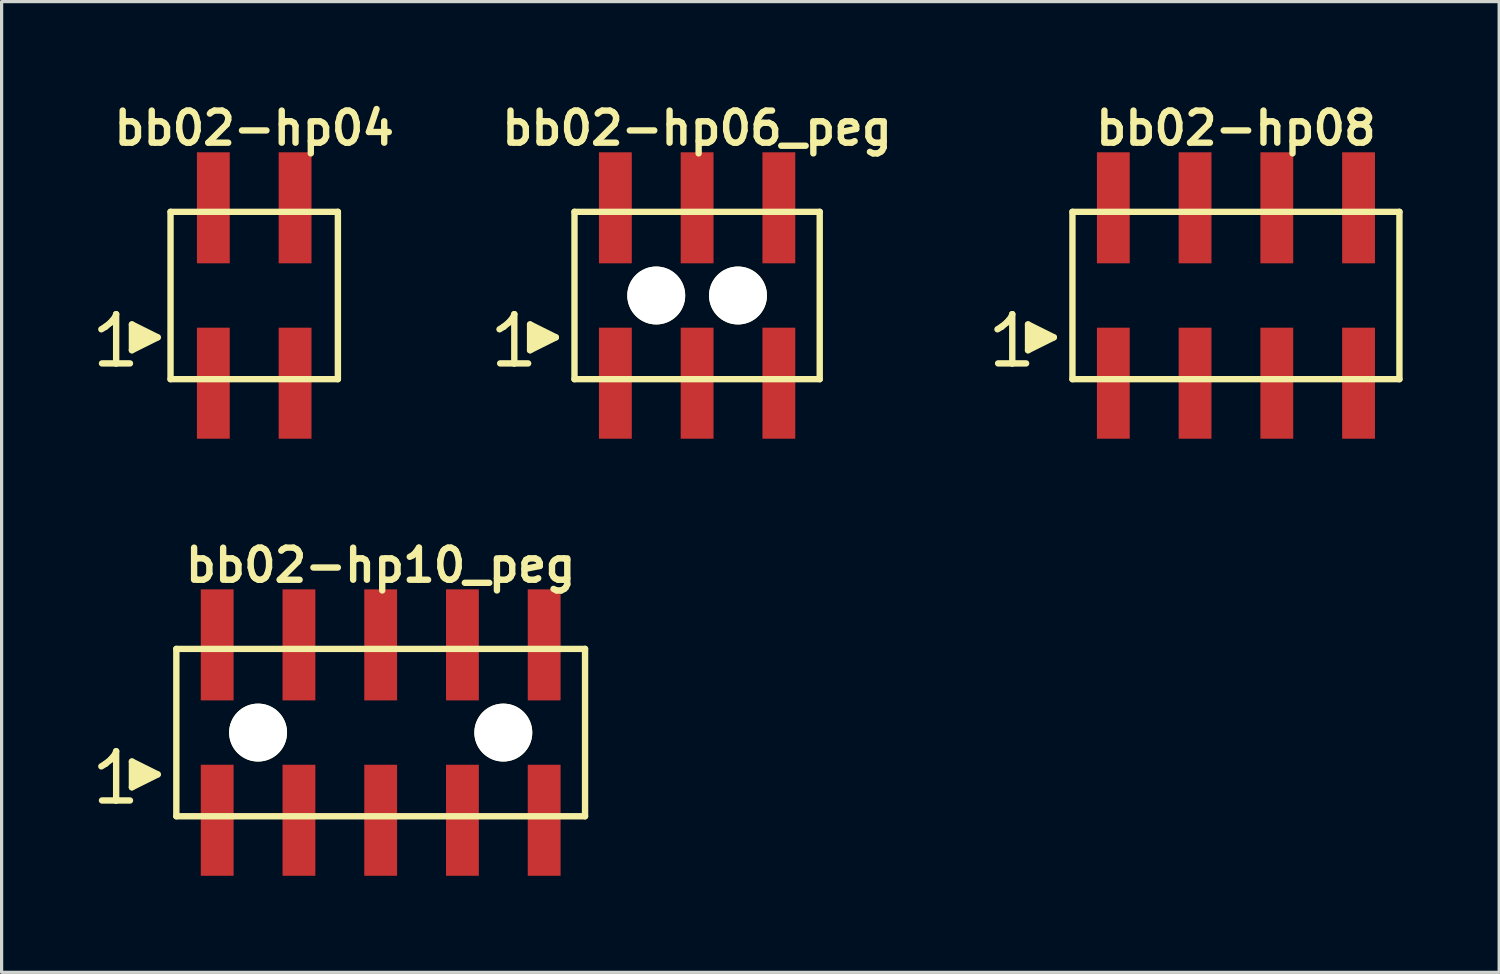
<source format=kicad_pcb>
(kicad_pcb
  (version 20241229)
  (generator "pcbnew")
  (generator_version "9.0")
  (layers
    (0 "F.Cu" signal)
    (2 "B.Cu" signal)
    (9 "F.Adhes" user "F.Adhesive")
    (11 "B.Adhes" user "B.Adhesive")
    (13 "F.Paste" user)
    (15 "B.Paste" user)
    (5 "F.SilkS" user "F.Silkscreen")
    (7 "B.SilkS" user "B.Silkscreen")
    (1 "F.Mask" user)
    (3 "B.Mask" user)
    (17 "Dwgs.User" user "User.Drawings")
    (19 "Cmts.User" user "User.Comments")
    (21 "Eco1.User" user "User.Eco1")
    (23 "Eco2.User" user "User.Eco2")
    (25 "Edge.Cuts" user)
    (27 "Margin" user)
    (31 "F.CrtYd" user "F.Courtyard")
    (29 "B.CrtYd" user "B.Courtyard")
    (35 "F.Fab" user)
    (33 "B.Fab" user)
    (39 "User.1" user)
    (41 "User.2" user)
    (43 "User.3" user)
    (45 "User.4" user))
  (footprint "bb02-hp06_peg"
    (layer "F.Cu")
    (at 18.611 6.132)
    (property "Reference" "bb02-hp06_peg" (at 0 -5.2 0) (layer "F.SilkS") (effects (font (size 0.998 0.998) (thickness 0.198))))
    (attr through_hole)
    (fp_line (start -6.14 1.05) (end -6.01 0.97) (stroke (width 0.198) (type solid)) (layer "F.SilkS"))
    (fp_line (start -6.01 0.97) (end -5.85 0.84) (stroke (width 0.198) (type solid)) (layer "F.SilkS"))
    (fp_line (start -5.85 0.84) (end -5.71 0.67) (stroke (width 0.198) (type solid)) (layer "F.SilkS"))
    (fp_line (start -5.71 0.67) (end -5.68 0.58) (stroke (width 0.198) (type solid)) (layer "F.SilkS"))
    (fp_line (start -5.68 0.58) (end -5.68 2.11) (stroke (width 0.198) (type solid)) (layer "F.SilkS"))
    (fp_line (start -5.68 2.11) (end -6.12 2.11) (stroke (width 0.198) (type solid)) (layer "F.SilkS"))
    (fp_line (start -5.25 2.11) (end -5.69 2.11) (stroke (width 0.198) (type solid)) (layer "F.SilkS"))
    (fp_line (start -5.19 0.9) (end -4.39 1.3) (stroke (width 0.198) (type solid)) (layer "F.SilkS"))
    (fp_line (start -5.19 1.7) (end -5.19 0.9) (stroke (width 0.198) (type solid)) (layer "F.SilkS"))
    (fp_line (start -5.09 1.6) (end -5.09 1) (stroke (width 0.198) (type solid)) (layer "F.SilkS"))
    (fp_line (start -4.99 1.1) (end -4.99 1.5) (stroke (width 0.198) (type solid)) (layer "F.SilkS"))
    (fp_line (start -4.89 1.5) (end -4.89 1.1) (stroke (width 0.198) (type solid)) (layer "F.SilkS"))
    (fp_line (start -4.79 1.2) (end -4.79 1.4) (stroke (width 0.198) (type solid)) (layer "F.SilkS"))
    (fp_line (start -4.69 1.4) (end -4.69 1.2) (stroke (width 0.198) (type solid)) (layer "F.SilkS"))
    (fp_line (start -4.39 1.3) (end -5.19 1.7) (stroke (width 0.198) (type solid)) (layer "F.SilkS"))
    (fp_line (start -3.81 -2.6) (end -3.81 2.6) (stroke (width 0.198) (type solid)) (layer "F.SilkS"))
    (fp_line (start -3.81 -2.6) (end 3.81 -2.6) (stroke (width 0.198) (type solid)) (layer "F.SilkS"))
    (fp_line (start 3.81 2.6) (end -3.81 2.6) (stroke (width 0.198) (type solid)) (layer "F.SilkS"))
    (fp_line (start 3.81 2.6) (end 3.81 -2.6) (stroke (width 0.198) (type solid)) (layer "F.SilkS"))
    (pad "" np_thru_hole circle (at -1.27 0) (size 1.8 1.8) (drill 1.8) (layers "*.Cu" "*.Mask" "F.SilkS"))
    (pad "" np_thru_hole circle (at 1.27 0) (size 1.8 1.8) (drill 1.8) (layers "*.Cu" "*.Mask" "F.SilkS"))
    (pad "1" smd rect (at -2.54 2.725) (size 1.02 3.45) (layers "F.Cu" "F.Mask" "F.Paste"))
    (pad "2" smd rect (at -2.54 -2.725) (size 1.02 3.45) (layers "F.Cu" "F.Mask" "F.Paste"))
    (pad "3" smd rect (at 0 2.725) (size 1.02 3.45) (layers "F.Cu" "F.Mask" "F.Paste"))
    (pad "4" smd rect (at 0 -2.725) (size 1.02 3.45) (layers "F.Cu" "F.Mask" "F.Paste"))
    (pad "5" smd rect (at 2.54 2.725) (size 1.02 3.45) (layers "F.Cu" "F.Mask" "F.Paste"))
    (pad "6" smd rect (at 2.54 -2.725) (size 1.02 3.45) (layers "F.Cu" "F.Mask" "F.Paste")))
  (footprint "bb02-hp04"
    (layer "F.Cu")
    (at 4.849 6.132)
    (property "Reference" "bb02-hp04" (at 0 -5.2 0) (layer "F.SilkS") (effects (font (size 0.998 0.998) (thickness 0.198))))
    (attr through_hole)
    (fp_line (start -4.75 1.05) (end -4.62 0.97) (stroke (width 0.198) (type solid)) (layer "F.SilkS"))
    (fp_line (start -4.62 0.97) (end -4.46 0.84) (stroke (width 0.198) (type solid)) (layer "F.SilkS"))
    (fp_line (start -4.46 0.84) (end -4.32 0.67) (stroke (width 0.198) (type solid)) (layer "F.SilkS"))
    (fp_line (start -4.32 0.67) (end -4.29 0.58) (stroke (width 0.198) (type solid)) (layer "F.SilkS"))
    (fp_line (start -4.29 0.58) (end -4.29 2.11) (stroke (width 0.198) (type solid)) (layer "F.SilkS"))
    (fp_line (start -4.29 2.11) (end -4.73 2.11) (stroke (width 0.198) (type solid)) (layer "F.SilkS"))
    (fp_line (start -3.86 2.11) (end -4.3 2.11) (stroke (width 0.198) (type solid)) (layer "F.SilkS"))
    (fp_line (start -3.8 0.9) (end -3 1.3) (stroke (width 0.198) (type solid)) (layer "F.SilkS"))
    (fp_line (start -3.8 1.7) (end -3.8 0.9) (stroke (width 0.198) (type solid)) (layer "F.SilkS"))
    (fp_line (start -3.7 1.6) (end -3.7 1) (stroke (width 0.198) (type solid)) (layer "F.SilkS"))
    (fp_line (start -3.6 1.1) (end -3.6 1.5) (stroke (width 0.198) (type solid)) (layer "F.SilkS"))
    (fp_line (start -3.5 1.5) (end -3.5 1.1) (stroke (width 0.198) (type solid)) (layer "F.SilkS"))
    (fp_line (start -3.4 1.2) (end -3.4 1.4) (stroke (width 0.198) (type solid)) (layer "F.SilkS"))
    (fp_line (start -3.3 1.4) (end -3.3 1.2) (stroke (width 0.198) (type solid)) (layer "F.SilkS"))
    (fp_line (start -3 1.3) (end -3.8 1.7) (stroke (width 0.198) (type solid)) (layer "F.SilkS"))
    (fp_line (start -2.6 -2.6) (end 2.6 -2.6) (stroke (width 0.198) (type solid)) (layer "F.SilkS"))
    (fp_line (start -2.6 2.6) (end -2.6 -2.6) (stroke (width 0.198) (type solid)) (layer "F.SilkS"))
    (fp_line (start 2.6 -2.6) (end 2.6 2.6) (stroke (width 0.198) (type solid)) (layer "F.SilkS"))
    (fp_line (start 2.6 2.6) (end -2.6 2.6) (stroke (width 0.198) (type solid)) (layer "F.SilkS"))
    (pad "1" smd rect (at -1.27 2.725) (size 1.02 3.45) (layers "F.Cu" "F.Mask" "F.Paste"))
    (pad "2" smd rect (at -1.27 -2.725) (size 1.02 3.45) (layers "F.Cu" "F.Mask" "F.Paste"))
    (pad "3" smd rect (at 1.27 2.725) (size 1.02 3.45) (layers "F.Cu" "F.Mask" "F.Paste"))
    (pad "4" smd rect (at 1.27 -2.725) (size 1.02 3.45) (layers "F.Cu" "F.Mask" "F.Paste")))
  (footprint "bb02-hp08"
    (layer "F.Cu")
    (at 35.354 6.132)
    (property "Reference" "bb02-hp08" (at 0 -5.2 0) (layer "F.SilkS") (effects (font (size 0.998 0.998) (thickness 0.198))))
    (attr through_hole)
    (fp_line (start -7.41 1.05) (end -7.28 0.97) (stroke (width 0.198) (type solid)) (layer "F.SilkS"))
    (fp_line (start -7.28 0.97) (end -7.12 0.84) (stroke (width 0.198) (type solid)) (layer "F.SilkS"))
    (fp_line (start -7.12 0.84) (end -6.98 0.67) (stroke (width 0.198) (type solid)) (layer "F.SilkS"))
    (fp_line (start -6.98 0.67) (end -6.95 0.58) (stroke (width 0.198) (type solid)) (layer "F.SilkS"))
    (fp_line (start -6.95 0.58) (end -6.95 2.11) (stroke (width 0.198) (type solid)) (layer "F.SilkS"))
    (fp_line (start -6.95 2.11) (end -7.39 2.11) (stroke (width 0.198) (type solid)) (layer "F.SilkS"))
    (fp_line (start -6.52 2.11) (end -6.96 2.11) (stroke (width 0.198) (type solid)) (layer "F.SilkS"))
    (fp_line (start -6.46 0.9) (end -5.66 1.3) (stroke (width 0.198) (type solid)) (layer "F.SilkS"))
    (fp_line (start -6.46 1.7) (end -6.46 0.9) (stroke (width 0.198) (type solid)) (layer "F.SilkS"))
    (fp_line (start -6.36 1.6) (end -6.36 1) (stroke (width 0.198) (type solid)) (layer "F.SilkS"))
    (fp_line (start -6.26 1.1) (end -6.26 1.5) (stroke (width 0.198) (type solid)) (layer "F.SilkS"))
    (fp_line (start -6.16 1.5) (end -6.16 1.1) (stroke (width 0.198) (type solid)) (layer "F.SilkS"))
    (fp_line (start -6.06 1.2) (end -6.06 1.4) (stroke (width 0.198) (type solid)) (layer "F.SilkS"))
    (fp_line (start -5.96 1.4) (end -5.96 1.2) (stroke (width 0.198) (type solid)) (layer "F.SilkS"))
    (fp_line (start -5.66 1.3) (end -6.46 1.7) (stroke (width 0.198) (type solid)) (layer "F.SilkS"))
    (fp_line (start -5.08 -2.6) (end -5.08 2.6) (stroke (width 0.198) (type solid)) (layer "F.SilkS"))
    (fp_line (start -5.08 -2.6) (end 5.08 -2.6) (stroke (width 0.198) (type solid)) (layer "F.SilkS"))
    (fp_line (start 5.08 2.6) (end -5.08 2.6) (stroke (width 0.198) (type solid)) (layer "F.SilkS"))
    (fp_line (start 5.08 2.6) (end 5.08 -2.6) (stroke (width 0.198) (type solid)) (layer "F.SilkS"))
    (pad "1" smd rect (at -3.81 2.725) (size 1.02 3.45) (layers "F.Cu" "F.Mask" "F.Paste"))
    (pad "2" smd rect (at -3.81 -2.725) (size 1.02 3.45) (layers "F.Cu" "F.Mask" "F.Paste"))
    (pad "3" smd rect (at -1.27 2.725) (size 1.02 3.45) (layers "F.Cu" "F.Mask" "F.Paste"))
    (pad "4" smd rect (at -1.27 -2.725) (size 1.02 3.45) (layers "F.Cu" "F.Mask" "F.Paste"))
    (pad "5" smd rect (at 1.27 2.725) (size 1.02 3.45) (layers "F.Cu" "F.Mask" "F.Paste"))
    (pad "6" smd rect (at 1.27 -2.725) (size 1.02 3.45) (layers "F.Cu" "F.Mask" "F.Paste"))
    (pad "7" smd rect (at 3.81 2.725) (size 1.02 3.45) (layers "F.Cu" "F.Mask" "F.Paste"))
    (pad "8" smd rect (at 3.81 -2.725) (size 1.02 3.45) (layers "F.Cu" "F.Mask" "F.Paste")))
  (footprint "bb02-hp10_peg"
    (layer "F.Cu")
    (at 8.779 19.713)
    (property "Reference" "bb02-hp10_peg" (at 0 -5.2 0) (layer "F.SilkS") (effects (font (size 0.998 0.998) (thickness 0.198))))
    (attr through_hole)
    (fp_line (start -8.68 1.05) (end -8.55 0.97) (stroke (width 0.198) (type solid)) (layer "F.SilkS"))
    (fp_line (start -8.55 0.97) (end -8.39 0.84) (stroke (width 0.198) (type solid)) (layer "F.SilkS"))
    (fp_line (start -8.39 0.84) (end -8.25 0.67) (stroke (width 0.198) (type solid)) (layer "F.SilkS"))
    (fp_line (start -8.25 0.67) (end -8.22 0.58) (stroke (width 0.198) (type solid)) (layer "F.SilkS"))
    (fp_line (start -8.22 0.58) (end -8.22 2.11) (stroke (width 0.198) (type solid)) (layer "F.SilkS"))
    (fp_line (start -8.22 2.11) (end -8.66 2.11) (stroke (width 0.198) (type solid)) (layer "F.SilkS"))
    (fp_line (start -7.79 2.11) (end -8.23 2.11) (stroke (width 0.198) (type solid)) (layer "F.SilkS"))
    (fp_line (start -7.73 0.9) (end -6.93 1.3) (stroke (width 0.198) (type solid)) (layer "F.SilkS"))
    (fp_line (start -7.73 1.7) (end -7.73 0.9) (stroke (width 0.198) (type solid)) (layer "F.SilkS"))
    (fp_line (start -7.63 1.6) (end -7.63 1) (stroke (width 0.198) (type solid)) (layer "F.SilkS"))
    (fp_line (start -7.53 1.1) (end -7.53 1.5) (stroke (width 0.198) (type solid)) (layer "F.SilkS"))
    (fp_line (start -7.43 1.5) (end -7.43 1.1) (stroke (width 0.198) (type solid)) (layer "F.SilkS"))
    (fp_line (start -7.33 1.2) (end -7.33 1.4) (stroke (width 0.198) (type solid)) (layer "F.SilkS"))
    (fp_line (start -7.23 1.4) (end -7.23 1.2) (stroke (width 0.198) (type solid)) (layer "F.SilkS"))
    (fp_line (start -6.93 1.3) (end -7.73 1.7) (stroke (width 0.198) (type solid)) (layer "F.SilkS"))
    (fp_line (start -6.35 -2.6) (end -6.35 2.6) (stroke (width 0.198) (type solid)) (layer "F.SilkS"))
    (fp_line (start -6.35 -2.6) (end 6.35 -2.6) (stroke (width 0.198) (type solid)) (layer "F.SilkS"))
    (fp_line (start 6.35 2.6) (end -6.35 2.6) (stroke (width 0.198) (type solid)) (layer "F.SilkS"))
    (fp_line (start 6.35 2.6) (end 6.35 -2.6) (stroke (width 0.198) (type solid)) (layer "F.SilkS"))
    (pad "" np_thru_hole circle (at -3.81 0) (size 1.8 1.8) (drill 1.8) (layers "*.Cu" "*.Mask" "F.SilkS"))
    (pad "" np_thru_hole circle (at 3.81 0) (size 1.8 1.8) (drill 1.8) (layers "*.Cu" "*.Mask" "F.SilkS"))
    (pad "1" smd rect (at -5.08 2.725) (size 1.02 3.45) (layers "F.Cu" "F.Mask" "F.Paste"))
    (pad "2" smd rect (at -5.08 -2.725) (size 1.02 3.45) (layers "F.Cu" "F.Mask" "F.Paste"))
    (pad "3" smd rect (at -2.54 2.725) (size 1.02 3.45) (layers "F.Cu" "F.Mask" "F.Paste"))
    (pad "4" smd rect (at -2.54 -2.725) (size 1.02 3.45) (layers "F.Cu" "F.Mask" "F.Paste"))
    (pad "5" smd rect (at 0 2.725) (size 1.02 3.45) (layers "F.Cu" "F.Mask" "F.Paste"))
    (pad "6" smd rect (at 0 -2.725) (size 1.02 3.45) (layers "F.Cu" "F.Mask" "F.Paste"))
    (pad "7" smd rect (at 2.54 2.725) (size 1.02 3.45) (layers "F.Cu" "F.Mask" "F.Paste"))
    (pad "8" smd rect (at 2.54 -2.725) (size 1.02 3.45) (layers "F.Cu" "F.Mask" "F.Paste"))
    (pad "9" smd rect (at 5.08 2.725) (size 1.02 3.45) (layers "F.Cu" "F.Mask" "F.Paste"))
    (pad "10" smd rect (at 5.08 -2.725) (size 1.02 3.45) (layers "F.Cu" "F.Mask" "F.Paste")))
  (gr_rect
    (start -3 -3)
    (end 43.533 27.163)
    (stroke (width 0.1) (type default))
    (fill no)
    (layer "Edge.Cuts")))
</source>
